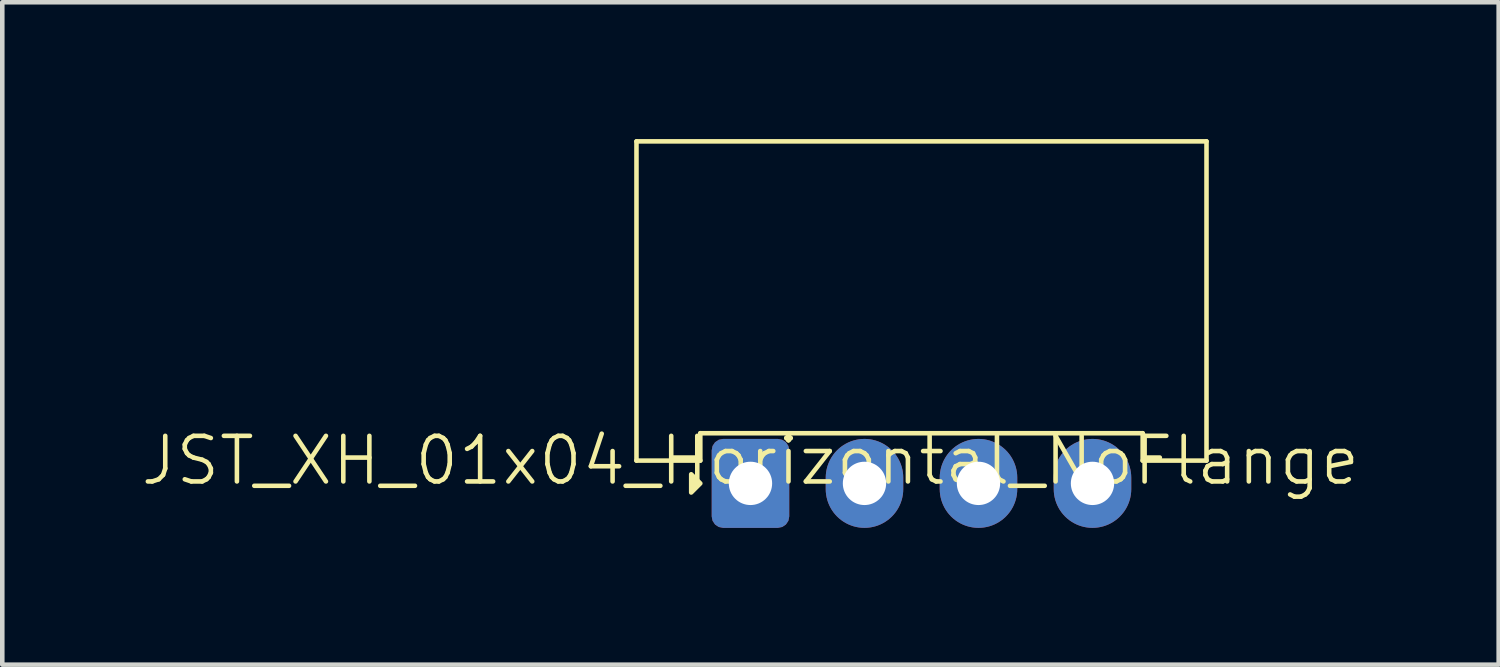
<source format=kicad_pcb>
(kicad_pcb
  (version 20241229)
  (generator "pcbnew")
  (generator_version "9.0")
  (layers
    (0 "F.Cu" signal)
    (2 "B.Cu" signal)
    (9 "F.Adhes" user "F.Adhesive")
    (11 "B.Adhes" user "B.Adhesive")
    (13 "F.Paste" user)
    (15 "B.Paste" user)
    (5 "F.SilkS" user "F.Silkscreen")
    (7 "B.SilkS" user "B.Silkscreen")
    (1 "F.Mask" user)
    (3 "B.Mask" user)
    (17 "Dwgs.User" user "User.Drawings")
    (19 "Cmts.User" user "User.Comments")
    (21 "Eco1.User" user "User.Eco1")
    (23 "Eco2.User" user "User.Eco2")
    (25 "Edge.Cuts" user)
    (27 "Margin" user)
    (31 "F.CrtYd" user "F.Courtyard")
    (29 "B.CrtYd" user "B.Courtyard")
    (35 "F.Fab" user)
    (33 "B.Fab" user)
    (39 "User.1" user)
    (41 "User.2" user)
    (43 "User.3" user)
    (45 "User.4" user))
  (footprint "JST_XH_01x04_Horizontal_NoFlange"
    (layer "F.Cu")
    (at 13.407 7.55)
    (property "Reference" "JST_XH_01x04_Horizontal_NoFlange" (at 0 -0.5 0) (unlocked yes) (layer "F.SilkS") (effects (font (size 1 1) (thickness 0.1))))
    (attr smd)
    (fp_line (start -2.5 -7.5) (end 10 -7.5) (stroke (width 0.1) (type default)) (layer "F.SilkS"))
    (fp_line (start -2.5 -0.5) (end -2.5 -7.5) (stroke (width 0.1) (type default)) (layer "F.SilkS"))
    (fp_line (start -2.5 -0.5) (end -1.1 -0.5) (stroke (width 0.1) (type default)) (layer "F.SilkS"))
    (fp_line (start -1.1 -0.5) (end -1.1 -1.1) (stroke (width 0.1) (type default)) (layer "F.SilkS"))
    (fp_line (start 8.6 -1.1) (end -1.1 -1.1) (stroke (width 0.1) (type default)) (layer "F.SilkS"))
    (fp_line (start 8.6 -0.5) (end 8.6 -1.1) (stroke (width 0.1) (type default)) (layer "F.SilkS"))
    (fp_line (start 10 -7.5) (end 10 -0.5) (stroke (width 0.1) (type default)) (layer "F.SilkS"))
    (fp_line (start 10 -0.5) (end 8.6 -0.5) (stroke (width 0.1) (type default)) (layer "F.SilkS"))
    (fp_poly (pts (xy -1.1 0) (xy -1.3 -0.2) (xy -1.3 0.2)) (stroke (width 0.1) (type solid)) (fill yes) (layer "F.SilkS"))
    (pad "1" thru_hole roundrect (at 0 0) (size 1.7 1.95) (drill 0.95) (layers "*.Cu" "*.Mask") (roundrect_rratio 0.147))
    (pad "2" thru_hole oval (at 2.5 0) (size 1.7 1.95) (drill 0.95) (layers "*.Cu" "*.Mask"))
    (pad "3" thru_hole oval (at 5 0) (size 1.7 1.95) (drill 0.95) (layers "*.Cu" "*.Mask"))
    (pad "4" thru_hole oval (at 7.5 0) (size 1.7 1.95) (drill 0.95) (layers "*.Cu" "*.Mask")))
  (gr_rect
    (start -3 -3)
    (end 29.814 11.525)
    (stroke (width 0.1) (type default))
    (fill no)
    (layer "Edge.Cuts")))
</source>
